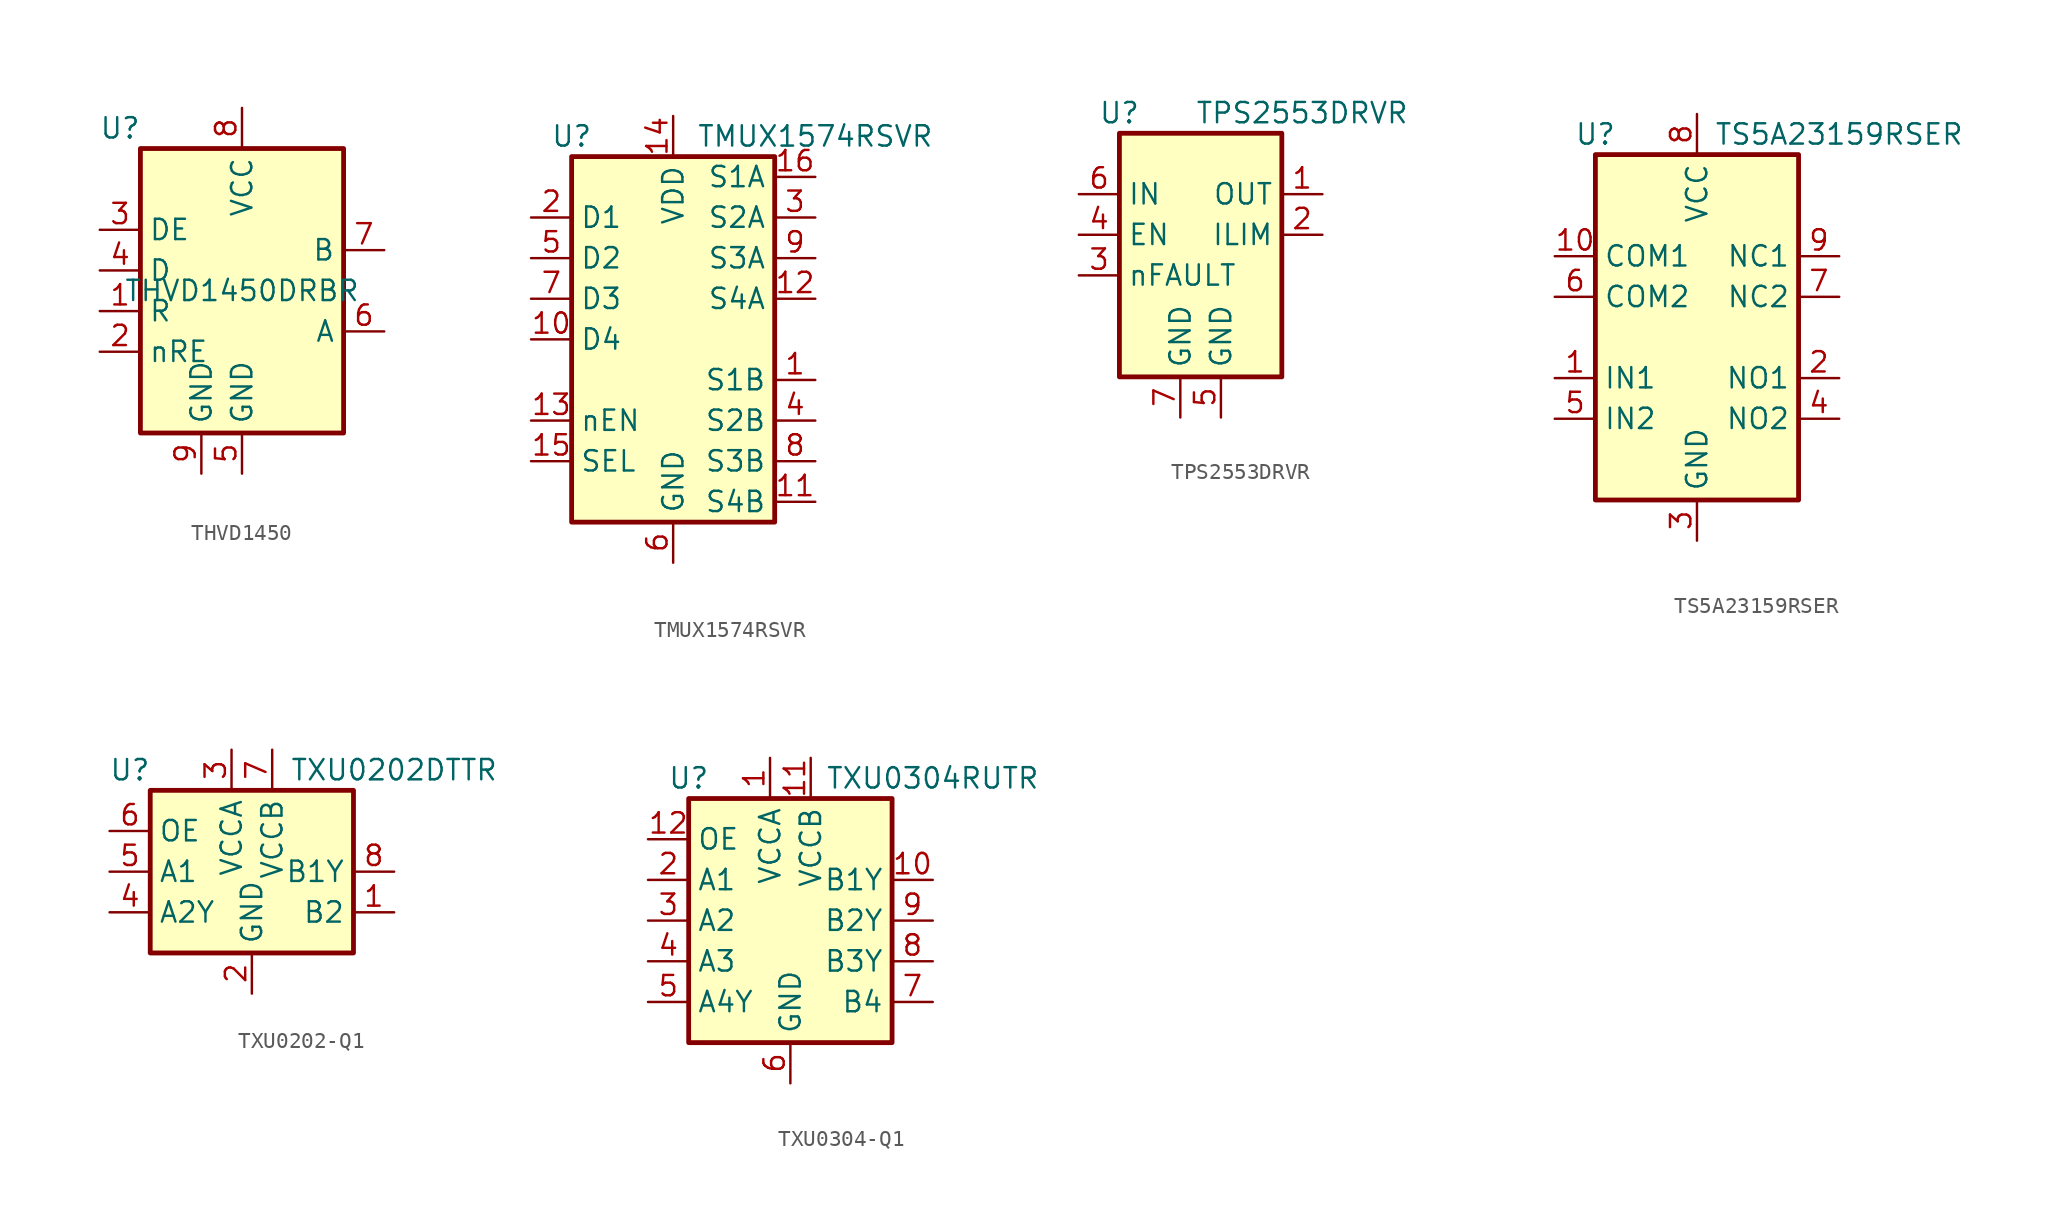
<source format=kicad_sym>
(kicad_symbol_lib
  (version 20220914)
  (generator kicad_symbol_editor)
  (symbol "THVD1450"
    (property "Reference" "U"
      (at -7.62 10.16 0)
      (effects (font (size 1.27 1.27))))
    (property "Value" "THVD1450DRBR"
      (at 0 0 0)
      (effects (font (size 1.27 1.27))))
    (symbol "THVD1450_1_1"
      (rectangle (start -6.35 8.89) (end 6.35 -8.89) (stroke (width 0.3) (type default)) (fill (type background)))
      (pin output line (at -8.89 -1.27 0) (length 2.54) (name "R" (effects (font (size 1.27 1.27)))) (number "1" (effects (font (size 1.27 1.27)))))
      (pin input line (at -8.89 -3.81 0) (length 2.54) (name "nRE" (effects (font (size 1.27 1.27)))) (number "2" (effects (font (size 1.27 1.27)))))
      (pin input line (at -8.89 3.81 0) (length 2.54) (name "DE" (effects (font (size 1.27 1.27)))) (number "3" (effects (font (size 1.27 1.27)))))
      (pin input line (at -8.89 1.27 0) (length 2.54) (name "D" (effects (font (size 1.27 1.27)))) (number "4" (effects (font (size 1.27 1.27)))))
      (pin power_in line (at 0 -11.43 90) (length 2.54) (name "GND" (effects (font (size 1.27 1.27)))) (number "5" (effects (font (size 1.27 1.27)))))
      (pin bidirectional line (at 8.89 -2.54 180) (length 2.54) (name "A" (effects (font (size 1.27 1.27)))) (number "6" (effects (font (size 1.27 1.27)))))
      (pin bidirectional line (at 8.89 2.54 180) (length 2.54) (name "B" (effects (font (size 1.27 1.27)))) (number "7" (effects (font (size 1.27 1.27)))))
      (pin power_in line (at 0 11.43 270) (length 2.54) (name "VCC" (effects (font (size 1.27 1.27)))) (number "8" (effects (font (size 1.27 1.27)))))
      (pin power_in line (at -2.54 -11.43 90) (length 2.54) (name "GND" (effects (font (size 1.27 1.27)))) (number "9" (effects (font (size 1.27 1.27)))))))
  (symbol "TMUX1574RSVR"
    (property "Reference" "U"
      (at -6.35 12.7 0)
      (effects (font (size 1.27 1.27))))
    (property "Value" "TMUX1574RSVR"
      (at 8.89 12.7 0)
      (effects (font (size 1.27 1.27))))
    (symbol "TMUX1574RSVR_1_0"
      (pin bidirectional line (at 8.89 -2.54 180) (length 2.54) (name "S1B" (effects (font (size 1.27 1.27)))) (number "1" (effects (font (size 1.27 1.27)))))
      (pin bidirectional line (at -8.89 0 0) (length 2.54) (name "D4" (effects (font (size 1.27 1.27)))) (number "10" (effects (font (size 1.27 1.27)))))
      (pin bidirectional line (at 8.89 -10.16 180) (length 2.54) (name "S4B" (effects (font (size 1.27 1.27)))) (number "11" (effects (font (size 1.27 1.27)))))
      (pin bidirectional line (at 8.89 2.54 180) (length 2.54) (name "S4A" (effects (font (size 1.27 1.27)))) (number "12" (effects (font (size 1.27 1.27)))))
      (pin input line (at -8.89 -5.08 0) (length 2.54) (name "nEN" (effects (font (size 1.27 1.27)))) (number "13" (effects (font (size 1.27 1.27)))))
      (pin power_in line (at 0 13.97 270) (length 2.54) (name "VDD" (effects (font (size 1.27 1.27)))) (number "14" (effects (font (size 1.27 1.27)))))
      (pin input line (at -8.89 -7.62 0) (length 2.54) (name "SEL" (effects (font (size 1.27 1.27)))) (number "15" (effects (font (size 1.27 1.27)))))
      (pin bidirectional line (at 8.89 10.16 180) (length 2.54) (name "S1A" (effects (font (size 1.27 1.27)))) (number "16" (effects (font (size 1.27 1.27)))))
      (pin bidirectional line (at 8.89 7.62 180) (length 2.54) (name "S2A" (effects (font (size 1.27 1.27)))) (number "3" (effects (font (size 1.27 1.27)))))
      (pin bidirectional line (at 8.89 -5.08 180) (length 2.54) (name "S2B" (effects (font (size 1.27 1.27)))) (number "4" (effects (font (size 1.27 1.27)))))
      (pin bidirectional line (at -8.89 5.08 0) (length 2.54) (name "D2" (effects (font (size 1.27 1.27)))) (number "5" (effects (font (size 1.27 1.27)))))
      (pin power_in line (at 0 -13.97 90) (length 2.54) (name "GND" (effects (font (size 1.27 1.27)))) (number "6" (effects (font (size 1.27 1.27)))))
      (pin bidirectional line (at -8.89 2.54 0) (length 2.54) (name "D3" (effects (font (size 1.27 1.27)))) (number "7" (effects (font (size 1.27 1.27)))))
      (pin bidirectional line (at 8.89 -7.62 180) (length 2.54) (name "S3B" (effects (font (size 1.27 1.27)))) (number "8" (effects (font (size 1.27 1.27)))))
      (pin bidirectional line (at 8.89 5.08 180) (length 2.54) (name "S3A" (effects (font (size 1.27 1.27)))) (number "9" (effects (font (size 1.27 1.27))))))
    (symbol "TMUX1574RSVR_1_1"
      (rectangle (start -6.35 11.43) (end 6.35 -11.43) (stroke (width 0.3) (type default)) (fill (type background)))
      (pin bidirectional line (at -8.89 7.62 0) (length 2.54) (name "D1" (effects (font (size 1.27 1.27)))) (number "2" (effects (font (size 1.27 1.27)))))))
  (symbol "TPS2553DRVR"
    (property "Reference" "U"
      (at -5.08 15.24 0)
      (effects (font (size 1.27 1.27))))
    (property "Value" "TPS2553DRVR"
      (at 6.35 15.24 0)
      (effects (font (size 1.27 1.27))))
    (symbol "TPS2553DRVR_1_1"
      (rectangle (start -5.08 13.97) (end 5.08 -1.27) (stroke (width 0.3) (type default)) (fill (type background)))
      (pin power_out line (at 7.62 10.16 180) (length 2.54) (name "OUT" (effects (font (size 1.27 1.27)))) (number "1" (effects (font (size 1.27 1.27)))))
      (pin passive line (at 7.62 7.62 180) (length 2.54) (name "ILIM" (effects (font (size 1.27 1.27)))) (number "2" (effects (font (size 1.27 1.27)))))
      (pin input line (at -7.62 5.08 0) (length 2.54) (name "nFAULT" (effects (font (size 1.27 1.27)))) (number "3" (effects (font (size 1.27 1.27)))))
      (pin input line (at -7.62 7.62 0) (length 2.54) (name "EN" (effects (font (size 1.27 1.27)))) (number "4" (effects (font (size 1.27 1.27)))))
      (pin power_in line (at 1.27 -3.81 90) (length 2.54) (name "GND" (effects (font (size 1.27 1.27)))) (number "5" (effects (font (size 1.27 1.27)))))
      (pin power_in line (at -7.62 10.16 0) (length 2.54) (name "IN" (effects (font (size 1.27 1.27)))) (number "6" (effects (font (size 1.27 1.27)))))
      (pin power_in line (at -1.27 -3.81 90) (length 2.54) (name "GND" (effects (font (size 1.27 1.27)))) (number "7" (effects (font (size 1.27 1.27)))))))
  (symbol "TS5A23159RSER"
    (property "Reference" "U"
      (at -6.35 12.7 0)
      (effects (font (size 1.27 1.27))))
    (property "Value" "TS5A23159RSER"
      (at 8.89 12.7 0)
      (effects (font (size 1.27 1.27))))
    (symbol "TS5A23159RSER_1_1"
      (rectangle (start -6.35 11.43) (end 6.35 -10.16) (stroke (width 0.3) (type default)) (fill (type background)))
      (pin input line (at -8.89 -2.54 0) (length 2.54) (name "IN1" (effects (font (size 1.27 1.27)))) (number "1" (effects (font (size 1.27 1.27)))))
      (pin bidirectional line (at -8.89 5.08 0) (length 2.54) (name "COM1" (effects (font (size 1.27 1.27)))) (number "10" (effects (font (size 1.27 1.27)))))
      (pin bidirectional line (at 8.89 -2.54 180) (length 2.54) (name "NO1" (effects (font (size 1.27 1.27)))) (number "2" (effects (font (size 1.27 1.27)))))
      (pin power_in line (at 0 -12.7 90) (length 2.54) (name "GND" (effects (font (size 1.27 1.27)))) (number "3" (effects (font (size 1.27 1.27)))))
      (pin bidirectional line (at 8.89 -5.08 180) (length 2.54) (name "NO2" (effects (font (size 1.27 1.27)))) (number "4" (effects (font (size 1.27 1.27)))))
      (pin input line (at -8.89 -5.08 0) (length 2.54) (name "IN2" (effects (font (size 1.27 1.27)))) (number "5" (effects (font (size 1.27 1.27)))))
      (pin bidirectional line (at -8.89 2.54 0) (length 2.54) (name "COM2" (effects (font (size 1.27 1.27)))) (number "6" (effects (font (size 1.27 1.27)))))
      (pin bidirectional line (at 8.89 2.54 180) (length 2.54) (name "NC2" (effects (font (size 1.27 1.27)))) (number "7" (effects (font (size 1.27 1.27)))))
      (pin power_in line (at 0 13.97 270) (length 2.54) (name "VCC" (effects (font (size 1.27 1.27)))) (number "8" (effects (font (size 1.27 1.27)))))
      (pin power_in line (at 8.89 5.08 180) (length 2.54) (name "NC1" (effects (font (size 1.27 1.27)))) (number "9" (effects (font (size 1.27 1.27)))))))
  (symbol "TXU0202-Q1"
    (property "Reference" "U"
      (at -7.62 6.35 0)
      (effects (font (size 1.27 1.27))))
    (property "Value" "TXU0202DTTR"
      (at 8.89 6.35 0)
      (effects (font (size 1.27 1.27))))
    (symbol "TXU0202-Q1_1_1"
      (rectangle (start -6.35 5.08) (end 6.35 -5.08) (stroke (width 0.3) (type default)) (fill (type background)))
      (pin input line (at 8.89 -2.54 180) (length 2.54) (name "B2" (effects (font (size 1.27 1.27)))) (number "1" (effects (font (size 1.27 1.27)))))
      (pin power_in line (at 0 -7.62 90) (length 2.54) (name "GND" (effects (font (size 1.27 1.27)))) (number "2" (effects (font (size 1.27 1.27)))))
      (pin power_in line (at -1.27 7.62 270) (length 2.54) (name "VCCA" (effects (font (size 1.27 1.27)))) (number "3" (effects (font (size 1.27 1.27)))))
      (pin output line (at -8.89 -2.54 0) (length 2.54) (name "A2Y" (effects (font (size 1.27 1.27)))) (number "4" (effects (font (size 1.27 1.27)))))
      (pin input line (at -8.89 0 0) (length 2.54) (name "A1" (effects (font (size 1.27 1.27)))) (number "5" (effects (font (size 1.27 1.27)))))
      (pin input line (at -8.89 2.54 0) (length 2.54) (name "OE" (effects (font (size 1.27 1.27)))) (number "6" (effects (font (size 1.27 1.27)))))
      (pin power_in line (at 1.27 7.62 270) (length 2.54) (name "VCCB" (effects (font (size 1.27 1.27)))) (number "7" (effects (font (size 1.27 1.27)))))
      (pin input line (at 8.89 0 180) (length 2.54) (name "B1Y" (effects (font (size 1.27 1.27)))) (number "8" (effects (font (size 1.27 1.27)))))))
  (symbol "TXU0304-Q1"
    (property "Reference" "U"
      (at -6.35 6.35 0)
      (effects (font (size 1.27 1.27))))
    (property "Value" "TXU0304RUTR"
      (at 8.89 6.35 0)
      (effects (font (size 1.27 1.27))))
    (symbol "TXU0304-Q1_1_1"
      (rectangle (start -6.35 5.08) (end 6.35 -10.16) (stroke (width 0.3) (type default)) (fill (type background)))
      (pin power_in line (at -1.27 7.62 270) (length 2.54) (name "VCCA" (effects (font (size 1.27 1.27)))) (number "1" (effects (font (size 1.27 1.27)))))
      (pin input line (at 8.89 0 180) (length 2.54) (name "B1Y" (effects (font (size 1.27 1.27)))) (number "10" (effects (font (size 1.27 1.27)))))
      (pin power_in line (at 1.27 7.62 270) (length 2.54) (name "VCCB" (effects (font (size 1.27 1.27)))) (number "11" (effects (font (size 1.27 1.27)))))
      (pin input line (at -8.89 2.54 0) (length 2.54) (name "OE" (effects (font (size 1.27 1.27)))) (number "12" (effects (font (size 1.27 1.27)))))
      (pin input line (at -8.89 0 0) (length 2.54) (name "A1" (effects (font (size 1.27 1.27)))) (number "2" (effects (font (size 1.27 1.27)))))
      (pin input line (at -8.89 -2.54 0) (length 2.54) (name "A2" (effects (font (size 1.27 1.27)))) (number "3" (effects (font (size 1.27 1.27)))))
      (pin input line (at -8.89 -5.08 0) (length 2.54) (name "A3" (effects (font (size 1.27 1.27)))) (number "4" (effects (font (size 1.27 1.27)))))
      (pin output line (at -8.89 -7.62 0) (length 2.54) (name "A4Y" (effects (font (size 1.27 1.27)))) (number "5" (effects (font (size 1.27 1.27)))))
      (pin power_in line (at 0 -12.7 90) (length 2.54) (name "GND" (effects (font (size 1.27 1.27)))) (number "6" (effects (font (size 1.27 1.27)))))
      (pin input line (at 8.89 -7.62 180) (length 2.54) (name "B4" (effects (font (size 1.27 1.27)))) (number "7" (effects (font (size 1.27 1.27)))))
      (pin input line (at 8.89 -5.08 180) (length 2.54) (name "B3Y" (effects (font (size 1.27 1.27)))) (number "8" (effects (font (size 1.27 1.27)))))
      (pin input line (at 8.89 -2.54 180) (length 2.54) (name "B2Y" (effects (font (size 1.27 1.27)))) (number "9" (effects (font (size 1.27 1.27))))))))
</source>
